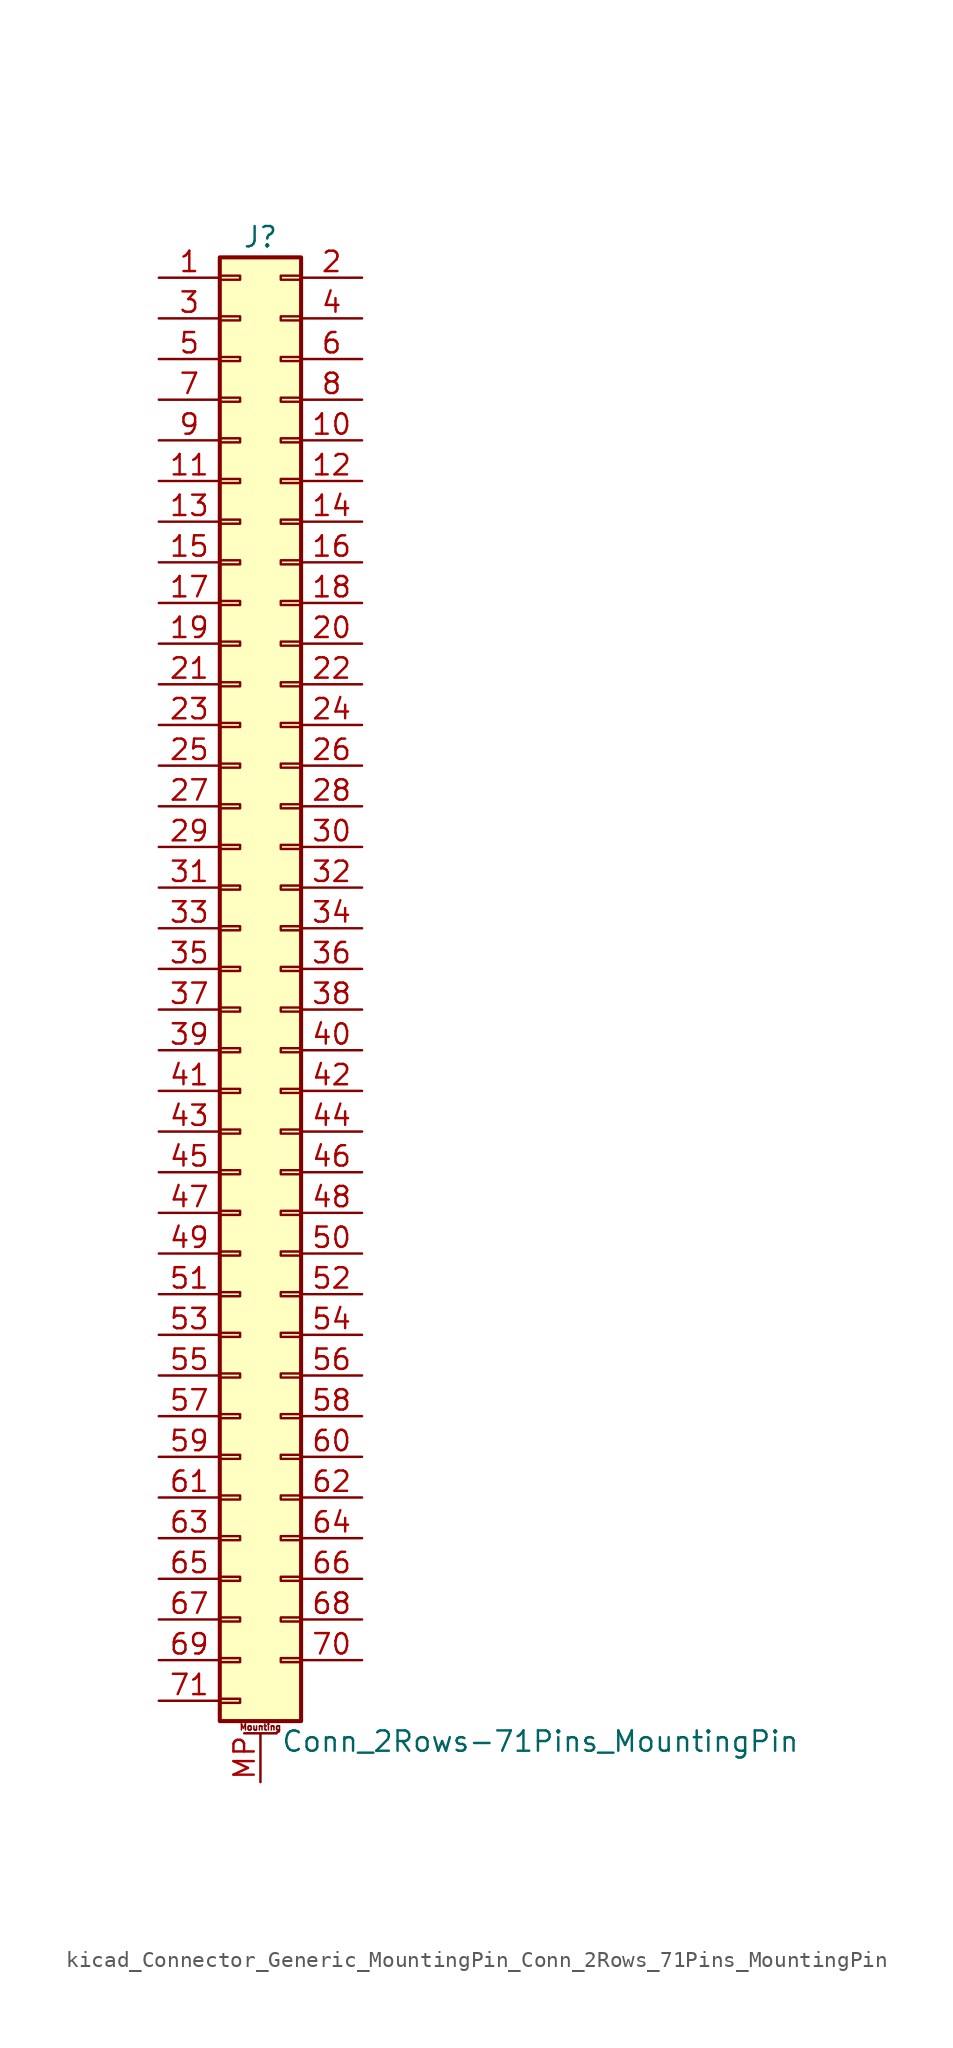
<source format=kicad_sym>
(kicad_symbol_lib
  (version 20220914)
  (generator kicad_symbol_editor)
  (symbol "kicad_Connector_Generic_MountingPin_Conn_2Rows_71Pins_MountingPin"
    (pin_names
      (offset 1.016) hide)
    (property "Reference" "J"
      (at 1.27 45.72 0)
      (effects (font (size 1.27 1.27))))
    (property "Value" "Conn_2Rows-71Pins_MountingPin"
      (at 2.54 -48.26 0)
      (effects (font (size 1.27 1.27)) (justify left)))
    (symbol "kicad_Connector_Generic_MountingPin_Conn_2Rows_71Pins_MountingPin_1_1"
      (rectangle (start -1.27 -45.593) (end 0 -45.847) (stroke (width 0.152) (type default)) (fill (type none)))
      (rectangle (start -1.27 -43.053) (end 0 -43.307) (stroke (width 0.152) (type default)) (fill (type none)))
      (rectangle (start -1.27 -40.513) (end 0 -40.767) (stroke (width 0.152) (type default)) (fill (type none)))
      (rectangle (start -1.27 -37.973) (end 0 -38.227) (stroke (width 0.152) (type default)) (fill (type none)))
      (rectangle (start -1.27 -35.433) (end 0 -35.687) (stroke (width 0.152) (type default)) (fill (type none)))
      (rectangle (start -1.27 -32.893) (end 0 -33.147) (stroke (width 0.152) (type default)) (fill (type none)))
      (rectangle (start -1.27 -30.353) (end 0 -30.607) (stroke (width 0.152) (type default)) (fill (type none)))
      (rectangle (start -1.27 -27.813) (end 0 -28.067) (stroke (width 0.152) (type default)) (fill (type none)))
      (rectangle (start -1.27 -25.273) (end 0 -25.527) (stroke (width 0.152) (type default)) (fill (type none)))
      (rectangle (start -1.27 -22.733) (end 0 -22.987) (stroke (width 0.152) (type default)) (fill (type none)))
      (rectangle (start -1.27 -20.193) (end 0 -20.447) (stroke (width 0.152) (type default)) (fill (type none)))
      (rectangle (start -1.27 -17.653) (end 0 -17.907) (stroke (width 0.152) (type default)) (fill (type none)))
      (rectangle (start -1.27 -15.113) (end 0 -15.367) (stroke (width 0.152) (type default)) (fill (type none)))
      (rectangle (start -1.27 -12.573) (end 0 -12.827) (stroke (width 0.152) (type default)) (fill (type none)))
      (rectangle (start -1.27 -10.033) (end 0 -10.287) (stroke (width 0.152) (type default)) (fill (type none)))
      (rectangle (start -1.27 -7.493) (end 0 -7.747) (stroke (width 0.152) (type default)) (fill (type none)))
      (rectangle (start -1.27 -4.953) (end 0 -5.207) (stroke (width 0.152) (type default)) (fill (type none)))
      (rectangle (start -1.27 -2.413) (end 0 -2.667) (stroke (width 0.152) (type default)) (fill (type none)))
      (rectangle (start -1.27 0.127) (end 0 -0.127) (stroke (width 0.152) (type default)) (fill (type none)))
      (rectangle (start -1.27 2.667) (end 0 2.413) (stroke (width 0.152) (type default)) (fill (type none)))
      (rectangle (start -1.27 5.207) (end 0 4.953) (stroke (width 0.152) (type default)) (fill (type none)))
      (rectangle (start -1.27 7.747) (end 0 7.493) (stroke (width 0.152) (type default)) (fill (type none)))
      (rectangle (start -1.27 10.287) (end 0 10.033) (stroke (width 0.152) (type default)) (fill (type none)))
      (rectangle (start -1.27 12.827) (end 0 12.573) (stroke (width 0.152) (type default)) (fill (type none)))
      (rectangle (start -1.27 15.367) (end 0 15.113) (stroke (width 0.152) (type default)) (fill (type none)))
      (rectangle (start -1.27 17.907) (end 0 17.653) (stroke (width 0.152) (type default)) (fill (type none)))
      (rectangle (start -1.27 20.447) (end 0 20.193) (stroke (width 0.152) (type default)) (fill (type none)))
      (rectangle (start -1.27 22.987) (end 0 22.733) (stroke (width 0.152) (type default)) (fill (type none)))
      (rectangle (start -1.27 25.527) (end 0 25.273) (stroke (width 0.152) (type default)) (fill (type none)))
      (rectangle (start -1.27 28.067) (end 0 27.813) (stroke (width 0.152) (type default)) (fill (type none)))
      (rectangle (start -1.27 30.607) (end 0 30.353) (stroke (width 0.152) (type default)) (fill (type none)))
      (rectangle (start -1.27 33.147) (end 0 32.893) (stroke (width 0.152) (type default)) (fill (type none)))
      (rectangle (start -1.27 35.687) (end 0 35.433) (stroke (width 0.152) (type default)) (fill (type none)))
      (rectangle (start -1.27 38.227) (end 0 37.973) (stroke (width 0.152) (type default)) (fill (type none)))
      (rectangle (start -1.27 40.767) (end 0 40.513) (stroke (width 0.152) (type default)) (fill (type none)))
      (rectangle (start -1.27 43.307) (end 0 43.053) (stroke (width 0.152) (type default)) (fill (type none)))
      (rectangle (start -1.27 44.45) (end 3.81 -46.99) (stroke (width 0.254) (type default)) (fill (type background)))
      (polyline (pts (xy 0.254 -47.752) (xy 2.286 -47.752)) (stroke (width 0.152) (type default)) (fill (type none)))
      (rectangle (start 3.81 -43.053) (end 2.54 -43.307) (stroke (width 0.152) (type default)) (fill (type none)))
      (rectangle (start 3.81 -40.513) (end 2.54 -40.767) (stroke (width 0.152) (type default)) (fill (type none)))
      (rectangle (start 3.81 -37.973) (end 2.54 -38.227) (stroke (width 0.152) (type default)) (fill (type none)))
      (rectangle (start 3.81 -35.433) (end 2.54 -35.687) (stroke (width 0.152) (type default)) (fill (type none)))
      (rectangle (start 3.81 -32.893) (end 2.54 -33.147) (stroke (width 0.152) (type default)) (fill (type none)))
      (rectangle (start 3.81 -30.353) (end 2.54 -30.607) (stroke (width 0.152) (type default)) (fill (type none)))
      (rectangle (start 3.81 -27.813) (end 2.54 -28.067) (stroke (width 0.152) (type default)) (fill (type none)))
      (rectangle (start 3.81 -25.273) (end 2.54 -25.527) (stroke (width 0.152) (type default)) (fill (type none)))
      (rectangle (start 3.81 -22.733) (end 2.54 -22.987) (stroke (width 0.152) (type default)) (fill (type none)))
      (rectangle (start 3.81 -20.193) (end 2.54 -20.447) (stroke (width 0.152) (type default)) (fill (type none)))
      (rectangle (start 3.81 -17.653) (end 2.54 -17.907) (stroke (width 0.152) (type default)) (fill (type none)))
      (rectangle (start 3.81 -15.113) (end 2.54 -15.367) (stroke (width 0.152) (type default)) (fill (type none)))
      (rectangle (start 3.81 -12.573) (end 2.54 -12.827) (stroke (width 0.152) (type default)) (fill (type none)))
      (rectangle (start 3.81 -10.033) (end 2.54 -10.287) (stroke (width 0.152) (type default)) (fill (type none)))
      (rectangle (start 3.81 -7.493) (end 2.54 -7.747) (stroke (width 0.152) (type default)) (fill (type none)))
      (rectangle (start 3.81 -4.953) (end 2.54 -5.207) (stroke (width 0.152) (type default)) (fill (type none)))
      (rectangle (start 3.81 -2.413) (end 2.54 -2.667) (stroke (width 0.152) (type default)) (fill (type none)))
      (rectangle (start 3.81 0.127) (end 2.54 -0.127) (stroke (width 0.152) (type default)) (fill (type none)))
      (rectangle (start 3.81 2.667) (end 2.54 2.413) (stroke (width 0.152) (type default)) (fill (type none)))
      (rectangle (start 3.81 5.207) (end 2.54 4.953) (stroke (width 0.152) (type default)) (fill (type none)))
      (rectangle (start 3.81 7.747) (end 2.54 7.493) (stroke (width 0.152) (type default)) (fill (type none)))
      (rectangle (start 3.81 10.287) (end 2.54 10.033) (stroke (width 0.152) (type default)) (fill (type none)))
      (rectangle (start 3.81 12.827) (end 2.54 12.573) (stroke (width 0.152) (type default)) (fill (type none)))
      (rectangle (start 3.81 15.367) (end 2.54 15.113) (stroke (width 0.152) (type default)) (fill (type none)))
      (rectangle (start 3.81 17.907) (end 2.54 17.653) (stroke (width 0.152) (type default)) (fill (type none)))
      (rectangle (start 3.81 20.447) (end 2.54 20.193) (stroke (width 0.152) (type default)) (fill (type none)))
      (rectangle (start 3.81 22.987) (end 2.54 22.733) (stroke (width 0.152) (type default)) (fill (type none)))
      (rectangle (start 3.81 25.527) (end 2.54 25.273) (stroke (width 0.152) (type default)) (fill (type none)))
      (rectangle (start 3.81 28.067) (end 2.54 27.813) (stroke (width 0.152) (type default)) (fill (type none)))
      (rectangle (start 3.81 30.607) (end 2.54 30.353) (stroke (width 0.152) (type default)) (fill (type none)))
      (rectangle (start 3.81 33.147) (end 2.54 32.893) (stroke (width 0.152) (type default)) (fill (type none)))
      (rectangle (start 3.81 35.687) (end 2.54 35.433) (stroke (width 0.152) (type default)) (fill (type none)))
      (rectangle (start 3.81 38.227) (end 2.54 37.973) (stroke (width 0.152) (type default)) (fill (type none)))
      (rectangle (start 3.81 40.767) (end 2.54 40.513) (stroke (width 0.152) (type default)) (fill (type none)))
      (rectangle (start 3.81 43.307) (end 2.54 43.053) (stroke (width 0.152) (type default)) (fill (type none)))
      (text "Mounting" (at 1.27 -47.371 0) (effects (font (size 0.381 0.381))))
      (pin passive line (at -5.08 43.18 0) (length 3.81) (name "Pin_1" (effects (font (size 1.27 1.27)))) (number "1" (effects (font (size 1.27 1.27)))))
      (pin passive line (at 7.62 33.02 180) (length 3.81) (name "Pin_10" (effects (font (size 1.27 1.27)))) (number "10" (effects (font (size 1.27 1.27)))))
      (pin passive line (at -5.08 30.48 0) (length 3.81) (name "Pin_11" (effects (font (size 1.27 1.27)))) (number "11" (effects (font (size 1.27 1.27)))))
      (pin passive line (at 7.62 30.48 180) (length 3.81) (name "Pin_12" (effects (font (size 1.27 1.27)))) (number "12" (effects (font (size 1.27 1.27)))))
      (pin passive line (at -5.08 27.94 0) (length 3.81) (name "Pin_13" (effects (font (size 1.27 1.27)))) (number "13" (effects (font (size 1.27 1.27)))))
      (pin passive line (at 7.62 27.94 180) (length 3.81) (name "Pin_14" (effects (font (size 1.27 1.27)))) (number "14" (effects (font (size 1.27 1.27)))))
      (pin passive line (at -5.08 25.4 0) (length 3.81) (name "Pin_15" (effects (font (size 1.27 1.27)))) (number "15" (effects (font (size 1.27 1.27)))))
      (pin passive line (at 7.62 25.4 180) (length 3.81) (name "Pin_16" (effects (font (size 1.27 1.27)))) (number "16" (effects (font (size 1.27 1.27)))))
      (pin passive line (at -5.08 22.86 0) (length 3.81) (name "Pin_17" (effects (font (size 1.27 1.27)))) (number "17" (effects (font (size 1.27 1.27)))))
      (pin passive line (at 7.62 22.86 180) (length 3.81) (name "Pin_18" (effects (font (size 1.27 1.27)))) (number "18" (effects (font (size 1.27 1.27)))))
      (pin passive line (at -5.08 20.32 0) (length 3.81) (name "Pin_19" (effects (font (size 1.27 1.27)))) (number "19" (effects (font (size 1.27 1.27)))))
      (pin passive line (at 7.62 43.18 180) (length 3.81) (name "Pin_2" (effects (font (size 1.27 1.27)))) (number "2" (effects (font (size 1.27 1.27)))))
      (pin passive line (at 7.62 20.32 180) (length 3.81) (name "Pin_20" (effects (font (size 1.27 1.27)))) (number "20" (effects (font (size 1.27 1.27)))))
      (pin passive line (at -5.08 17.78 0) (length 3.81) (name "Pin_21" (effects (font (size 1.27 1.27)))) (number "21" (effects (font (size 1.27 1.27)))))
      (pin passive line (at 7.62 17.78 180) (length 3.81) (name "Pin_22" (effects (font (size 1.27 1.27)))) (number "22" (effects (font (size 1.27 1.27)))))
      (pin passive line (at -5.08 15.24 0) (length 3.81) (name "Pin_23" (effects (font (size 1.27 1.27)))) (number "23" (effects (font (size 1.27 1.27)))))
      (pin passive line (at 7.62 15.24 180) (length 3.81) (name "Pin_24" (effects (font (size 1.27 1.27)))) (number "24" (effects (font (size 1.27 1.27)))))
      (pin passive line (at -5.08 12.7 0) (length 3.81) (name "Pin_25" (effects (font (size 1.27 1.27)))) (number "25" (effects (font (size 1.27 1.27)))))
      (pin passive line (at 7.62 12.7 180) (length 3.81) (name "Pin_26" (effects (font (size 1.27 1.27)))) (number "26" (effects (font (size 1.27 1.27)))))
      (pin passive line (at -5.08 10.16 0) (length 3.81) (name "Pin_27" (effects (font (size 1.27 1.27)))) (number "27" (effects (font (size 1.27 1.27)))))
      (pin passive line (at 7.62 10.16 180) (length 3.81) (name "Pin_28" (effects (font (size 1.27 1.27)))) (number "28" (effects (font (size 1.27 1.27)))))
      (pin passive line (at -5.08 7.62 0) (length 3.81) (name "Pin_29" (effects (font (size 1.27 1.27)))) (number "29" (effects (font (size 1.27 1.27)))))
      (pin passive line (at -5.08 40.64 0) (length 3.81) (name "Pin_3" (effects (font (size 1.27 1.27)))) (number "3" (effects (font (size 1.27 1.27)))))
      (pin passive line (at 7.62 7.62 180) (length 3.81) (name "Pin_30" (effects (font (size 1.27 1.27)))) (number "30" (effects (font (size 1.27 1.27)))))
      (pin passive line (at -5.08 5.08 0) (length 3.81) (name "Pin_31" (effects (font (size 1.27 1.27)))) (number "31" (effects (font (size 1.27 1.27)))))
      (pin passive line (at 7.62 5.08 180) (length 3.81) (name "Pin_32" (effects (font (size 1.27 1.27)))) (number "32" (effects (font (size 1.27 1.27)))))
      (pin passive line (at -5.08 2.54 0) (length 3.81) (name "Pin_33" (effects (font (size 1.27 1.27)))) (number "33" (effects (font (size 1.27 1.27)))))
      (pin passive line (at 7.62 2.54 180) (length 3.81) (name "Pin_34" (effects (font (size 1.27 1.27)))) (number "34" (effects (font (size 1.27 1.27)))))
      (pin passive line (at -5.08 0 0) (length 3.81) (name "Pin_35" (effects (font (size 1.27 1.27)))) (number "35" (effects (font (size 1.27 1.27)))))
      (pin passive line (at 7.62 0 180) (length 3.81) (name "Pin_36" (effects (font (size 1.27 1.27)))) (number "36" (effects (font (size 1.27 1.27)))))
      (pin passive line (at -5.08 -2.54 0) (length 3.81) (name "Pin_37" (effects (font (size 1.27 1.27)))) (number "37" (effects (font (size 1.27 1.27)))))
      (pin passive line (at 7.62 -2.54 180) (length 3.81) (name "Pin_38" (effects (font (size 1.27 1.27)))) (number "38" (effects (font (size 1.27 1.27)))))
      (pin passive line (at -5.08 -5.08 0) (length 3.81) (name "Pin_39" (effects (font (size 1.27 1.27)))) (number "39" (effects (font (size 1.27 1.27)))))
      (pin passive line (at 7.62 40.64 180) (length 3.81) (name "Pin_4" (effects (font (size 1.27 1.27)))) (number "4" (effects (font (size 1.27 1.27)))))
      (pin passive line (at 7.62 -5.08 180) (length 3.81) (name "Pin_40" (effects (font (size 1.27 1.27)))) (number "40" (effects (font (size 1.27 1.27)))))
      (pin passive line (at -5.08 -7.62 0) (length 3.81) (name "Pin_41" (effects (font (size 1.27 1.27)))) (number "41" (effects (font (size 1.27 1.27)))))
      (pin passive line (at 7.62 -7.62 180) (length 3.81) (name "Pin_42" (effects (font (size 1.27 1.27)))) (number "42" (effects (font (size 1.27 1.27)))))
      (pin passive line (at -5.08 -10.16 0) (length 3.81) (name "Pin_43" (effects (font (size 1.27 1.27)))) (number "43" (effects (font (size 1.27 1.27)))))
      (pin passive line (at 7.62 -10.16 180) (length 3.81) (name "Pin_44" (effects (font (size 1.27 1.27)))) (number "44" (effects (font (size 1.27 1.27)))))
      (pin passive line (at -5.08 -12.7 0) (length 3.81) (name "Pin_45" (effects (font (size 1.27 1.27)))) (number "45" (effects (font (size 1.27 1.27)))))
      (pin passive line (at 7.62 -12.7 180) (length 3.81) (name "Pin_46" (effects (font (size 1.27 1.27)))) (number "46" (effects (font (size 1.27 1.27)))))
      (pin passive line (at -5.08 -15.24 0) (length 3.81) (name "Pin_47" (effects (font (size 1.27 1.27)))) (number "47" (effects (font (size 1.27 1.27)))))
      (pin passive line (at 7.62 -15.24 180) (length 3.81) (name "Pin_48" (effects (font (size 1.27 1.27)))) (number "48" (effects (font (size 1.27 1.27)))))
      (pin passive line (at -5.08 -17.78 0) (length 3.81) (name "Pin_49" (effects (font (size 1.27 1.27)))) (number "49" (effects (font (size 1.27 1.27)))))
      (pin passive line (at -5.08 38.1 0) (length 3.81) (name "Pin_5" (effects (font (size 1.27 1.27)))) (number "5" (effects (font (size 1.27 1.27)))))
      (pin passive line (at 7.62 -17.78 180) (length 3.81) (name "Pin_50" (effects (font (size 1.27 1.27)))) (number "50" (effects (font (size 1.27 1.27)))))
      (pin passive line (at -5.08 -20.32 0) (length 3.81) (name "Pin_51" (effects (font (size 1.27 1.27)))) (number "51" (effects (font (size 1.27 1.27)))))
      (pin passive line (at 7.62 -20.32 180) (length 3.81) (name "Pin_52" (effects (font (size 1.27 1.27)))) (number "52" (effects (font (size 1.27 1.27)))))
      (pin passive line (at -5.08 -22.86 0) (length 3.81) (name "Pin_53" (effects (font (size 1.27 1.27)))) (number "53" (effects (font (size 1.27 1.27)))))
      (pin passive line (at 7.62 -22.86 180) (length 3.81) (name "Pin_54" (effects (font (size 1.27 1.27)))) (number "54" (effects (font (size 1.27 1.27)))))
      (pin passive line (at -5.08 -25.4 0) (length 3.81) (name "Pin_55" (effects (font (size 1.27 1.27)))) (number "55" (effects (font (size 1.27 1.27)))))
      (pin passive line (at 7.62 -25.4 180) (length 3.81) (name "Pin_56" (effects (font (size 1.27 1.27)))) (number "56" (effects (font (size 1.27 1.27)))))
      (pin passive line (at -5.08 -27.94 0) (length 3.81) (name "Pin_57" (effects (font (size 1.27 1.27)))) (number "57" (effects (font (size 1.27 1.27)))))
      (pin passive line (at 7.62 -27.94 180) (length 3.81) (name "Pin_58" (effects (font (size 1.27 1.27)))) (number "58" (effects (font (size 1.27 1.27)))))
      (pin passive line (at -5.08 -30.48 0) (length 3.81) (name "Pin_59" (effects (font (size 1.27 1.27)))) (number "59" (effects (font (size 1.27 1.27)))))
      (pin passive line (at 7.62 38.1 180) (length 3.81) (name "Pin_6" (effects (font (size 1.27 1.27)))) (number "6" (effects (font (size 1.27 1.27)))))
      (pin passive line (at 7.62 -30.48 180) (length 3.81) (name "Pin_60" (effects (font (size 1.27 1.27)))) (number "60" (effects (font (size 1.27 1.27)))))
      (pin passive line (at -5.08 -33.02 0) (length 3.81) (name "Pin_61" (effects (font (size 1.27 1.27)))) (number "61" (effects (font (size 1.27 1.27)))))
      (pin passive line (at 7.62 -33.02 180) (length 3.81) (name "Pin_62" (effects (font (size 1.27 1.27)))) (number "62" (effects (font (size 1.27 1.27)))))
      (pin passive line (at -5.08 -35.56 0) (length 3.81) (name "Pin_63" (effects (font (size 1.27 1.27)))) (number "63" (effects (font (size 1.27 1.27)))))
      (pin passive line (at 7.62 -35.56 180) (length 3.81) (name "Pin_64" (effects (font (size 1.27 1.27)))) (number "64" (effects (font (size 1.27 1.27)))))
      (pin passive line (at -5.08 -38.1 0) (length 3.81) (name "Pin_65" (effects (font (size 1.27 1.27)))) (number "65" (effects (font (size 1.27 1.27)))))
      (pin passive line (at 7.62 -38.1 180) (length 3.81) (name "Pin_66" (effects (font (size 1.27 1.27)))) (number "66" (effects (font (size 1.27 1.27)))))
      (pin passive line (at -5.08 -40.64 0) (length 3.81) (name "Pin_67" (effects (font (size 1.27 1.27)))) (number "67" (effects (font (size 1.27 1.27)))))
      (pin passive line (at 7.62 -40.64 180) (length 3.81) (name "Pin_68" (effects (font (size 1.27 1.27)))) (number "68" (effects (font (size 1.27 1.27)))))
      (pin passive line (at -5.08 -43.18 0) (length 3.81) (name "Pin_69" (effects (font (size 1.27 1.27)))) (number "69" (effects (font (size 1.27 1.27)))))
      (pin passive line (at -5.08 35.56 0) (length 3.81) (name "Pin_7" (effects (font (size 1.27 1.27)))) (number "7" (effects (font (size 1.27 1.27)))))
      (pin passive line (at 7.62 -43.18 180) (length 3.81) (name "Pin_70" (effects (font (size 1.27 1.27)))) (number "70" (effects (font (size 1.27 1.27)))))
      (pin passive line (at -5.08 -45.72 0) (length 3.81) (name "Pin_71" (effects (font (size 1.27 1.27)))) (number "71" (effects (font (size 1.27 1.27)))))
      (pin passive line (at 7.62 35.56 180) (length 3.81) (name "Pin_8" (effects (font (size 1.27 1.27)))) (number "8" (effects (font (size 1.27 1.27)))))
      (pin passive line (at -5.08 33.02 0) (length 3.81) (name "Pin_9" (effects (font (size 1.27 1.27)))) (number "9" (effects (font (size 1.27 1.27)))))
      (pin passive line (at 1.27 -50.8 90) (length 3.048) (name "MountPin" (effects (font (size 1.27 1.27)))) (number "MP" (effects (font (size 1.27 1.27))))))))
</source>
